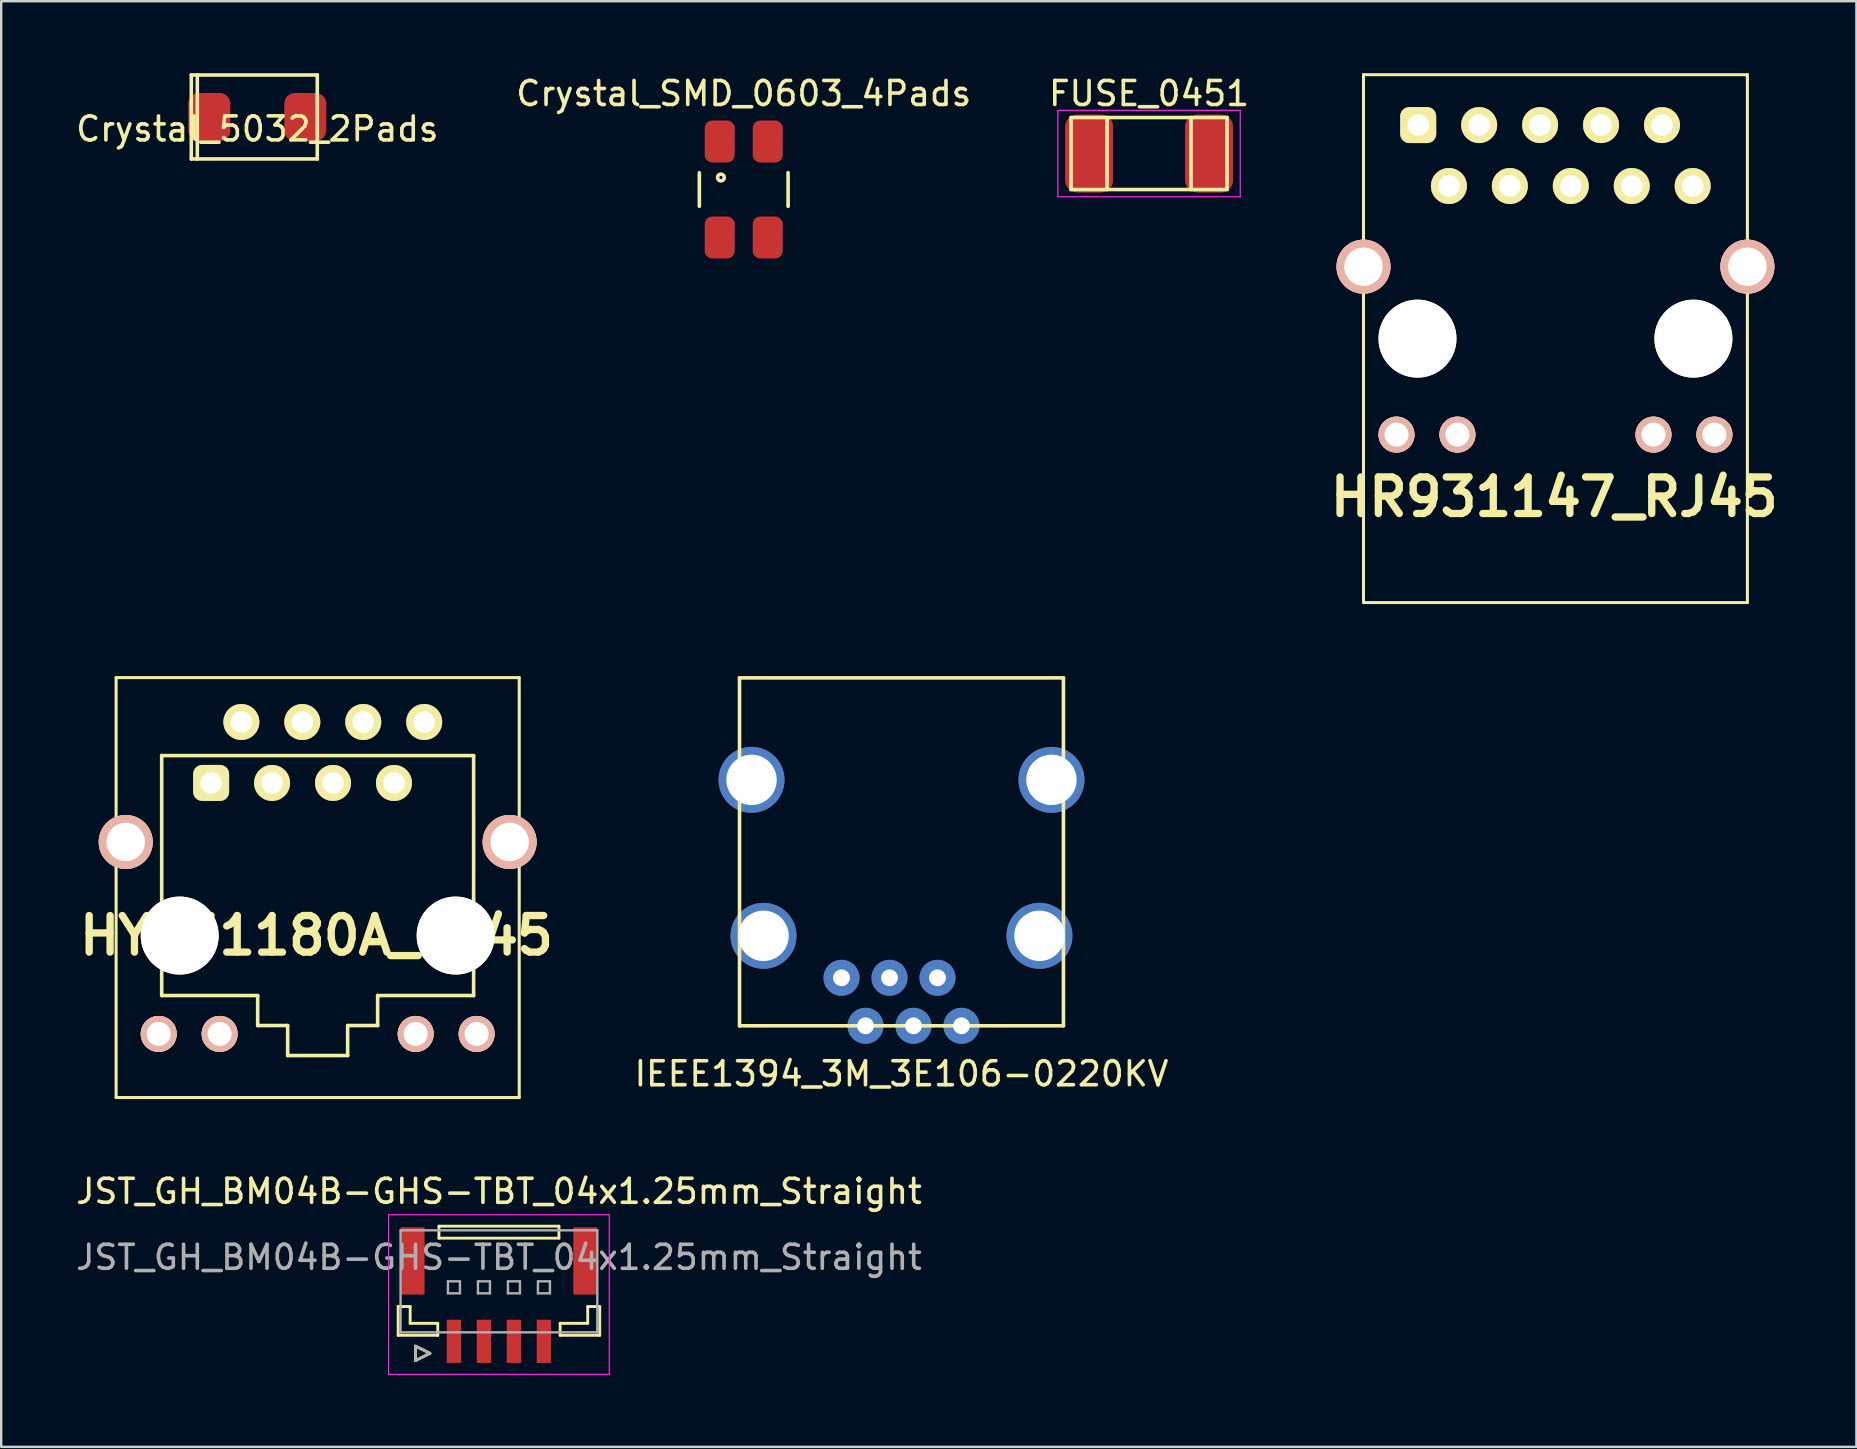
<source format=kicad_pcb>
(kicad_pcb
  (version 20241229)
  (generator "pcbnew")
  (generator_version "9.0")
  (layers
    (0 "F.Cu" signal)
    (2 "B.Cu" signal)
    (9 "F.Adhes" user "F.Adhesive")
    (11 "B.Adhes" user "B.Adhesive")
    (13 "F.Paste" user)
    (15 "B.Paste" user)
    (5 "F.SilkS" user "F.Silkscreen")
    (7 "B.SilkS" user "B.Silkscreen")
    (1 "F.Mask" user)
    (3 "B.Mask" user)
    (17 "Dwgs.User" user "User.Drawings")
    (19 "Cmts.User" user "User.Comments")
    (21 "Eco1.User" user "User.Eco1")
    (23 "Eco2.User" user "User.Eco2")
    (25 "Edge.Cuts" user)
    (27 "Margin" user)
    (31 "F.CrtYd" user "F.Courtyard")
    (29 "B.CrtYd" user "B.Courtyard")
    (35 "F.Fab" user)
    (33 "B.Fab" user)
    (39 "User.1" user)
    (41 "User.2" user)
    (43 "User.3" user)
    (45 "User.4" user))
  (footprint "HR931147_RJ45"
    (layer "F.Cu")
    (at 61.776 11.063)
    (property "Reference" "HR931147_RJ45" (at -0.051 6.599 0) (layer "F.SilkS") (effects (font (size 1.524 1.524) (thickness 0.305))))
    (fp_line (start -8 -11) (end -8 11) (stroke (width 0.127) (type solid)) (layer "F.SilkS"))
    (fp_line (start -8 -11) (end 8 -11) (stroke (width 0.127) (type solid)) (layer "F.SilkS"))
    (fp_line (start -8 11) (end 8 11) (stroke (width 0.127) (type solid)) (layer "F.SilkS"))
    (fp_line (start 8 11) (end 8 -11) (stroke (width 0.127) (type solid)) (layer "F.SilkS"))
    (pad "" np_thru_hole circle (at -5.75 0) (size 3.25 3.25) (drill 3.25) (layers "F.Cu" "F.SilkS"))
    (pad "" np_thru_hole circle (at 5.75 0) (size 3.25 3.25) (drill 3.25) (layers "F.Cu" "F.SilkS"))
    (pad "GA" thru_hole circle (at 4.085 4) (size 1.5 1.5) (drill 1) (layers "*.Cu" "*.SilkS" "*.Mask"))
    (pad "GK" thru_hole circle (at 6.625 4) (size 1.5 1.5) (drill 1) (layers "*.Cu" "*.SilkS" "*.Mask"))
    (pad "NC" thru_hole circle (at 1.9 -8.9) (size 1.5 1.5) (drill 0.9) (layers "*.Cu" "*.Mask" "F.SilkS"))
    (pad "NC" thru_hole circle (at 3.18 -6.36) (size 1.5 1.5) (drill 0.9) (layers "*.Cu" "*.Mask" "F.SilkS"))
    (pad "PWR+" thru_hole circle (at 4.44 -8.9) (size 1.5 1.5) (drill 0.9) (layers "*.Cu" "*.Mask" "F.SilkS"))
    (pad "PWR-" thru_hole circle (at 5.72 -6.36) (size 1.5 1.5) (drill 0.9) (layers "*.Cu" "*.Mask" "F.SilkS"))
    (pad "RD+" thru_hole roundrect (at -5.72 -8.9) (size 1.5 1.5) (drill 0.9) (layers "*.Cu" "*.Mask" "F.SilkS") (roundrect_rratio 0.25))
    (pad "RD-" thru_hole circle (at -4.44 -6.36) (size 1.5 1.5) (drill 0.9) (layers "*.Cu" "*.Mask" "F.SilkS"))
    (pad "RDC" thru_hole circle (at -3.18 -8.9) (size 1.5 1.5) (drill 0.9) (layers "*.Cu" "*.Mask" "F.SilkS"))
    (pad "S" thru_hole circle (at -8 -3) (size 2.25 2.25) (drill 1.6) (layers "*.Cu" "*.SilkS" "*.Mask"))
    (pad "S" thru_hole circle (at 8 -3) (size 2.25 2.25) (drill 1.6) (layers "*.Cu" "*.SilkS" "*.Mask"))
    (pad "TD+" thru_hole circle (at -0.64 -8.9) (size 1.5 1.5) (drill 0.9) (layers "*.Cu" "*.Mask" "F.SilkS"))
    (pad "TD-" thru_hole circle (at 0.64 -6.36) (size 1.5 1.5) (drill 0.9) (layers "*.Cu" "*.Mask" "F.SilkS"))
    (pad "TDC" thru_hole circle (at -1.9 -6.36) (size 1.5 1.5) (drill 0.9) (layers "*.Cu" "*.Mask" "F.SilkS"))
    (pad "YA" thru_hole circle (at -6.625 4) (size 1.5 1.5) (drill 1) (layers "*.Cu" "*.SilkS" "*.Mask"))
    (pad "YK" thru_hole circle (at -4.085 4) (size 1.5 1.5) (drill 1) (layers "*.Cu" "*.SilkS" "*.Mask")))
  (footprint "Crystal_SMD_0603_4Pads"
    (layer "F.Cu")
    (at 27.946 4.848)
    (property "Reference" "Crystal_SMD_0603_4Pads" (at 0 -4 0) (layer "F.SilkS") (effects (font (size 1 1) (thickness 0.15))))
    (attr smd)
    (fp_line (start -1.849 0.701) (end -1.849 -0.701) (stroke (width 0.15) (type solid)) (layer "F.SilkS"))
    (fp_line (start 1.849 -0.701) (end 1.849 0.701) (stroke (width 0.15) (type solid)) (layer "F.SilkS"))
    (fp_circle (center -0.95 -0.5) (end -1.049 -0.399) (stroke (width 0.15) (type solid)) (fill no) (layer "F.SilkS"))
    (pad "1" smd roundrect (at -1 -2 270) (size 1.75 1.25) (layers "F.Cu" "F.Mask" "F.Paste") (roundrect_rratio 0.25))
    (pad "2" smd roundrect (at 1 2 270) (size 1.75 1.25) (layers "F.Cu" "F.Mask" "F.Paste") (roundrect_rratio 0.25))
    (pad "3" smd roundrect (at -1 2 270) (size 1.75 1.25) (layers "F.Cu" "F.Mask" "F.Paste") (roundrect_rratio 0.25))
    (pad "3" smd roundrect (at 1 -2 270) (size 1.75 1.25) (layers "F.Cu" "F.Mask" "F.Paste") (roundrect_rratio 0.25)))
  (footprint "FUSE_0451"
    (layer "F.Cu")
    (at 44.839 3.348)
    (property "Reference" "FUSE_0451" (at 0 -2.5 0) (layer "F.SilkS") (effects (font (size 1 1) (thickness 0.15))))
    (attr smd)
    (fp_line (start -3.25 -1.5) (end -3.25 1.5) (stroke (width 0.15) (type solid)) (layer "F.SilkS"))
    (fp_line (start -3.25 1.5) (end 3.25 1.5) (stroke (width 0.15) (type solid)) (layer "F.SilkS"))
    (fp_line (start -1.75 -1.5) (end -1.75 1.5) (stroke (width 0.15) (type solid)) (layer "F.SilkS"))
    (fp_line (start 1.75 1.5) (end 1.75 -1.5) (stroke (width 0.15) (type solid)) (layer "F.SilkS"))
    (fp_line (start 3.25 -1.5) (end -3.25 -1.5) (stroke (width 0.15) (type solid)) (layer "F.SilkS"))
    (fp_line (start 3.25 1.5) (end 3.25 -1.5) (stroke (width 0.15) (type solid)) (layer "F.SilkS"))
    (fp_line (start -3.8 -1.8) (end -3.8 1.8) (stroke (width 0.05) (type solid)) (layer "F.CrtYd"))
    (fp_line (start -3.8 -1.8) (end 3.8 -1.8) (stroke (width 0.05) (type solid)) (layer "F.CrtYd"))
    (fp_line (start -3.8 1.8) (end 3.8 1.8) (stroke (width 0.05) (type solid)) (layer "F.CrtYd"))
    (fp_line (start 3.8 -1.8) (end 3.8 1.8) (stroke (width 0.05) (type solid)) (layer "F.CrtYd"))
    (pad "1" smd roundrect (at -2.5 0) (size 2 3.25) (layers "F.Cu" "F.Mask" "F.Paste") (roundrect_rratio 0.25))
    (pad "2" smd roundrect (at 2.5 0) (size 2 3.25) (layers "F.Cu" "F.Mask" "F.Paste") (roundrect_rratio 0.25)))
  (footprint "HY951180A_RJ45"
    (layer "F.Cu")
    (at 10.189 35.941)
    (property "Reference" "HY951180A_RJ45" (at -0.051 0 0) (layer "F.SilkS") (effects (font (size 1.524 1.524) (thickness 0.305))))
    (attr through_hole)
    (fp_line (start -8.4 -10.75) (end -8.4 6.75) (stroke (width 0.127) (type solid)) (layer "F.SilkS"))
    (fp_line (start -8.4 -10.75) (end 8.4 -10.75) (stroke (width 0.127) (type solid)) (layer "F.SilkS"))
    (fp_line (start -8.4 6.75) (end 8.4 6.75) (stroke (width 0.127) (type solid)) (layer "F.SilkS"))
    (fp_line (start -6.5 -7.5) (end -6.5 2.5) (stroke (width 0.15) (type solid)) (layer "F.SilkS"))
    (fp_line (start -6.5 2.5) (end -2.5 2.5) (stroke (width 0.15) (type solid)) (layer "F.SilkS"))
    (fp_line (start -2.5 2.5) (end -2.5 3.75) (stroke (width 0.15) (type solid)) (layer "F.SilkS"))
    (fp_line (start -2.5 3.75) (end -1.25 3.75) (stroke (width 0.15) (type solid)) (layer "F.SilkS"))
    (fp_line (start -1.25 3.75) (end -1.25 5) (stroke (width 0.15) (type solid)) (layer "F.SilkS"))
    (fp_line (start -1.25 5) (end 1.25 5) (stroke (width 0.15) (type solid)) (layer "F.SilkS"))
    (fp_line (start 1.25 3.75) (end 1.25 5) (stroke (width 0.15) (type solid)) (layer "F.SilkS"))
    (fp_line (start 2.5 2.5) (end 6.5 2.5) (stroke (width 0.15) (type solid)) (layer "F.SilkS"))
    (fp_line (start 2.5 3.75) (end 1.25 3.75) (stroke (width 0.15) (type solid)) (layer "F.SilkS"))
    (fp_line (start 2.5 3.75) (end 2.5 2.5) (stroke (width 0.15) (type solid)) (layer "F.SilkS"))
    (fp_line (start 6.5 -7.5) (end -6.5 -7.5) (stroke (width 0.15) (type solid)) (layer "F.SilkS"))
    (fp_line (start 6.5 2.5) (end 6.5 -7.5) (stroke (width 0.15) (type solid)) (layer "F.SilkS"))
    (fp_line (start 8.4 -10.75) (end 8.4 6.75) (stroke (width 0.127) (type solid)) (layer "F.SilkS"))
    (pad "" np_thru_hole circle (at -5.75 0) (size 3.25 3.25) (drill 3.25) (layers "F.Cu" "F.SilkS"))
    (pad "" thru_hole circle (at -0.64 -8.9) (size 1.5 1.5) (drill 0.9) (layers "*.Cu" "*.Mask" "F.SilkS"))
    (pad "" np_thru_hole circle (at 5.75 0) (size 3.25 3.25) (drill 3.25) (layers "F.Cu" "F.SilkS"))
    (pad "CHS" thru_hole circle (at 4.44 -8.9) (size 1.5 1.5) (drill 0.9) (layers "*.Cu" "*.Mask" "F.SilkS"))
    (pad "GA" thru_hole circle (at -6.625 4.1) (size 1.5 1.5) (drill 1) (layers "*.Cu" "*.SilkS" "*.Mask"))
    (pad "GK" thru_hole circle (at -4.085 4.1) (size 1.5 1.5) (drill 1) (layers "*.Cu" "*.SilkS" "*.Mask"))
    (pad "RD+" thru_hole circle (at 1.9 -8.9) (size 1.5 1.5) (drill 0.9) (layers "*.Cu" "*.Mask" "F.SilkS"))
    (pad "RD-" thru_hole circle (at 3.18 -6.36) (size 1.5 1.5) (drill 0.9) (layers "*.Cu" "*.Mask" "F.SilkS"))
    (pad "RDC" thru_hole circle (at 0.64 -6.36) (size 1.5 1.5) (drill 0.9) (layers "*.Cu" "*.Mask" "F.SilkS"))
    (pad "S" thru_hole circle (at -8 -3.9) (size 2.25 2.25) (drill 1.6) (layers "*.Cu" "*.SilkS" "*.Mask"))
    (pad "S" thru_hole circle (at 8 -3.9) (size 2.25 2.25) (drill 1.6) (layers "*.Cu" "*.SilkS" "*.Mask"))
    (pad "TD+" thru_hole roundrect (at -4.44 -6.36) (size 1.5 1.5) (drill 0.9) (layers "*.Cu" "*.Mask" "F.SilkS") (roundrect_rratio 0.25))
    (pad "TD-" thru_hole circle (at -3.18 -8.9) (size 1.5 1.5) (drill 0.9) (layers "*.Cu" "*.Mask" "F.SilkS"))
    (pad "TDC" thru_hole circle (at -1.9 -6.36) (size 1.5 1.5) (drill 0.9) (layers "*.Cu" "*.Mask" "F.SilkS"))
    (pad "YA" thru_hole circle (at 6.625 4.1) (size 1.5 1.5) (drill 1) (layers "*.Cu" "*.SilkS" "*.Mask"))
    (pad "YK" thru_hole circle (at 4.085 4.1) (size 1.5 1.5) (drill 1) (layers "*.Cu" "*.SilkS" "*.Mask")))
  (footprint "Crystal_5032_2Pads"
    (layer "F.Cu")
    (at 7.673 1.825)
    (property "Reference" "Crystal_5032_2Pads" (at 0 0.5 0) (layer "F.SilkS") (effects (font (size 1 1) (thickness 0.15))))
    (attr through_hole)
    (fp_line (start -2.75 -1.75) (end -2.75 1.75) (stroke (width 0.15) (type solid)) (layer "F.SilkS"))
    (fp_line (start -2.75 1.75) (end -2.5 1.75) (stroke (width 0.15) (type solid)) (layer "F.SilkS"))
    (fp_line (start -2.5 -1.75) (end -2.75 -1.75) (stroke (width 0.15) (type solid)) (layer "F.SilkS"))
    (fp_line (start -2.5 -1.75) (end 2.5 -1.75) (stroke (width 0.15) (type solid)) (layer "F.SilkS"))
    (fp_line (start -2.5 1.75) (end -2.5 -1.75) (stroke (width 0.15) (type solid)) (layer "F.SilkS"))
    (fp_line (start 2.5 -1.75) (end 2.5 1.75) (stroke (width 0.15) (type solid)) (layer "F.SilkS"))
    (fp_line (start 2.5 1.75) (end -2.5 1.75) (stroke (width 0.15) (type solid)) (layer "F.SilkS"))
    (pad "1" smd roundrect (at -2 0) (size 1.75 2) (layers "F.Cu" "F.Mask" "F.Paste") (roundrect_rratio 0.25))
    (pad "2" smd roundrect (at 2 0) (size 1.75 2) (layers "F.Cu" "F.Mask" "F.Paste") (roundrect_rratio 0.25)))
  (footprint "IEEE1394_3M_3E106-0220KV"
    (layer "F.Cu")
    (at 34.521 39.702)
    (property "Reference" "IEEE1394_3M_3E106-0220KV" (at 0 2 0) (layer "F.SilkS") (effects (font (size 1 1) (thickness 0.15))))
    (attr through_hole)
    (fp_line (start -6.75 -14.5) (end -6.75 0) (stroke (width 0.15) (type solid)) (layer "F.SilkS"))
    (fp_line (start -6.75 0) (end 6.75 0) (stroke (width 0.15) (type solid)) (layer "F.SilkS"))
    (fp_line (start 6.75 -14.5) (end -6.75 -14.5) (stroke (width 0.15) (type solid)) (layer "F.SilkS"))
    (fp_line (start 6.75 0) (end 6.75 -14.5) (stroke (width 0.15) (type solid)) (layer "F.SilkS"))
    (pad "1" thru_hole circle (at 2.5 0) (size 1.5 1.5) (drill 0.7) (layers "*.Cu" "*.Mask"))
    (pad "2" thru_hole circle (at 1.5 -2) (size 1.5 1.5) (drill 0.7) (layers "*.Cu" "*.Mask"))
    (pad "3" thru_hole circle (at 0.5 0) (size 1.5 1.5) (drill 0.7) (layers "*.Cu" "*.Mask"))
    (pad "4" thru_hole circle (at -0.5 -2) (size 1.5 1.5) (drill 0.7) (layers "*.Cu" "*.Mask"))
    (pad "5" thru_hole circle (at -1.5 0) (size 1.5 1.5) (drill 0.7) (layers "*.Cu" "*.Mask"))
    (pad "6" thru_hole circle (at -2.5 -2) (size 1.5 1.5) (drill 0.7) (layers "*.Cu" "*.Mask"))
    (pad "7" thru_hole circle (at -6.25 -10.25) (size 2.75 2.75) (drill 2.1) (layers "*.Cu" "*.Mask"))
    (pad "7" thru_hole circle (at -5.75 -3.75) (size 2.75 2.75) (drill 2.1) (layers "*.Cu" "*.Mask"))
    (pad "7" thru_hole circle (at 5.75 -3.75) (size 2.75 2.75) (drill 2.1) (layers "*.Cu" "*.Mask"))
    (pad "7" thru_hole circle (at 6.25 -10.25) (size 2.75 2.75) (drill 2.1) (layers "*.Cu" "*.Mask")))
  (footprint "JST_GH_BM04B-GHS-TBT_04x1.25mm_Straight"
    (layer "F.Cu")
    (at 17.744 51.177)
    (property "Reference" "JST_GH_BM04B-GHS-TBT_04x1.25mm_Straight" (at 0 -4.575 0) (layer "F.SilkS") (effects (font (size 1 1) (thickness 0.15))))
    (attr smd)
    (fp_line (start -4.2 0.225) (end -4.2 1.425) (stroke (width 0.12) (type solid)) (layer "F.SilkS"))
    (fp_line (start -4.2 1.425) (end -2.55 1.425) (stroke (width 0.12) (type solid)) (layer "F.SilkS"))
    (fp_line (start -3.7 0.225) (end -4.2 0.225) (stroke (width 0.12) (type solid)) (layer "F.SilkS"))
    (fp_line (start -3.7 0.925) (end -3.7 0.225) (stroke (width 0.12) (type solid)) (layer "F.SilkS"))
    (fp_line (start -3.475 1.875) (end -2.875 2.175) (stroke (width 0.12) (type solid)) (layer "F.SilkS"))
    (fp_line (start -3.475 2.475) (end -3.475 1.875) (stroke (width 0.12) (type solid)) (layer "F.SilkS"))
    (fp_line (start -2.875 2.175) (end -3.475 2.475) (stroke (width 0.12) (type solid)) (layer "F.SilkS"))
    (fp_line (start -2.55 0.925) (end -3.7 0.925) (stroke (width 0.12) (type solid)) (layer "F.SilkS"))
    (fp_line (start -2.55 1.425) (end -2.55 0.925) (stroke (width 0.12) (type solid)) (layer "F.SilkS"))
    (fp_line (start -2.5 -3.125) (end 2.5 -3.125) (stroke (width 0.12) (type solid)) (layer "F.SilkS"))
    (fp_line (start -2.5 -2.625) (end -2.5 -3.125) (stroke (width 0.12) (type solid)) (layer "F.SilkS"))
    (fp_line (start 2.5 -3.125) (end 2.5 -2.625) (stroke (width 0.12) (type solid)) (layer "F.SilkS"))
    (fp_line (start 2.5 -2.625) (end -2.5 -2.625) (stroke (width 0.12) (type solid)) (layer "F.SilkS"))
    (fp_line (start 2.55 0.925) (end 3.7 0.925) (stroke (width 0.12) (type solid)) (layer "F.SilkS"))
    (fp_line (start 2.55 1.425) (end 2.55 0.925) (stroke (width 0.12) (type solid)) (layer "F.SilkS"))
    (fp_line (start 3.7 0.225) (end 4.2 0.225) (stroke (width 0.12) (type solid)) (layer "F.SilkS"))
    (fp_line (start 3.7 0.925) (end 3.7 0.225) (stroke (width 0.12) (type solid)) (layer "F.SilkS"))
    (fp_line (start 4.2 0.225) (end 4.2 1.425) (stroke (width 0.12) (type solid)) (layer "F.SilkS"))
    (fp_line (start 4.2 1.425) (end 2.55 1.425) (stroke (width 0.12) (type solid)) (layer "F.SilkS"))
    (fp_line (start -4.6 -3.6) (end 4.6 -3.6) (stroke (width 0.05) (type solid)) (layer "F.CrtYd"))
    (fp_line (start -4.6 3.05) (end -4.6 -3.6) (stroke (width 0.05) (type solid)) (layer "F.CrtYd"))
    (fp_line (start 4.6 -3.6) (end 4.6 3.05) (stroke (width 0.05) (type solid)) (layer "F.CrtYd"))
    (fp_line (start 4.6 3.05) (end -4.6 3.05) (stroke (width 0.05) (type solid)) (layer "F.CrtYd"))
    (fp_line (start -4.1 -2.95) (end 4.1 -2.95) (stroke (width 0.1) (type solid)) (layer "F.Fab"))
    (fp_line (start -4.1 1.3) (end -4.1 -2.95) (stroke (width 0.1) (type solid)) (layer "F.Fab"))
    (fp_line (start -3.475 1.875) (end -2.875 2.175) (stroke (width 0.1) (type solid)) (layer "F.Fab"))
    (fp_line (start -3.475 2.475) (end -3.475 1.875) (stroke (width 0.1) (type solid)) (layer "F.Fab"))
    (fp_line (start -2.875 2.175) (end -3.475 2.475) (stroke (width 0.1) (type solid)) (layer "F.Fab"))
    (fp_line (start -2.125 -0.825) (end -1.625 -0.825) (stroke (width 0.1) (type solid)) (layer "F.Fab"))
    (fp_line (start -2.125 -0.325) (end -2.125 -0.825) (stroke (width 0.1) (type solid)) (layer "F.Fab"))
    (fp_line (start -1.625 -0.825) (end -1.625 -0.325) (stroke (width 0.1) (type solid)) (layer "F.Fab"))
    (fp_line (start -1.625 -0.325) (end -2.125 -0.325) (stroke (width 0.1) (type solid)) (layer "F.Fab"))
    (fp_line (start -0.875 -0.825) (end -0.375 -0.825) (stroke (width 0.1) (type solid)) (layer "F.Fab"))
    (fp_line (start -0.875 -0.325) (end -0.875 -0.825) (stroke (width 0.1) (type solid)) (layer "F.Fab"))
    (fp_line (start -0.375 -0.825) (end -0.375 -0.325) (stroke (width 0.1) (type solid)) (layer "F.Fab"))
    (fp_line (start -0.375 -0.325) (end -0.875 -0.325) (stroke (width 0.1) (type solid)) (layer "F.Fab"))
    (fp_line (start 0.375 -0.825) (end 0.875 -0.825) (stroke (width 0.1) (type solid)) (layer "F.Fab"))
    (fp_line (start 0.375 -0.325) (end 0.375 -0.825) (stroke (width 0.1) (type solid)) (layer "F.Fab"))
    (fp_line (start 0.875 -0.825) (end 0.875 -0.325) (stroke (width 0.1) (type solid)) (layer "F.Fab"))
    (fp_line (start 0.875 -0.325) (end 0.375 -0.325) (stroke (width 0.1) (type solid)) (layer "F.Fab"))
    (fp_line (start 1.625 -0.825) (end 2.125 -0.825) (stroke (width 0.1) (type solid)) (layer "F.Fab"))
    (fp_line (start 1.625 -0.325) (end 1.625 -0.825) (stroke (width 0.1) (type solid)) (layer "F.Fab"))
    (fp_line (start 2.125 -0.825) (end 2.125 -0.325) (stroke (width 0.1) (type solid)) (layer "F.Fab"))
    (fp_line (start 2.125 -0.325) (end 1.625 -0.325) (stroke (width 0.1) (type solid)) (layer "F.Fab"))
    (fp_line (start 4.1 -2.95) (end 4.1 1.3) (stroke (width 0.1) (type solid)) (layer "F.Fab"))
    (fp_line (start 4.1 1.3) (end -4.1 1.3) (stroke (width 0.1) (type solid)) (layer "F.Fab"))
    (fp_text user "${REFERENCE}" (at 0 -1.825 0) (layer "F.Fab") (effects (font (size 1 1) (thickness 0.15))))
    (pad "" smd rect (at -3.6 -1.675) (size 1 2.8) (layers "F.Cu" "F.Mask" "F.Paste"))
    (pad "" smd rect (at 3.6 -1.675) (size 1 2.8) (layers "F.Cu" "F.Mask" "F.Paste"))
    (pad "1" smd rect (at -1.875 1.675) (size 0.6 1.8) (layers "F.Cu" "F.Mask" "F.Paste"))
    (pad "2" smd rect (at -0.625 1.675) (size 0.6 1.8) (layers "F.Cu" "F.Mask" "F.Paste"))
    (pad "3" smd rect (at 0.625 1.675) (size 0.6 1.8) (layers "F.Cu" "F.Mask" "F.Paste"))
    (pad "4" smd rect (at 1.875 1.675) (size 0.6 1.8) (layers "F.Cu" "F.Mask" "F.Paste")))
  (gr_rect
    (start -3 -3)
    (end 74.319 57.252)
    (stroke (width 0.1) (type default))
    (fill no)
    (layer "Edge.Cuts")))
</source>
